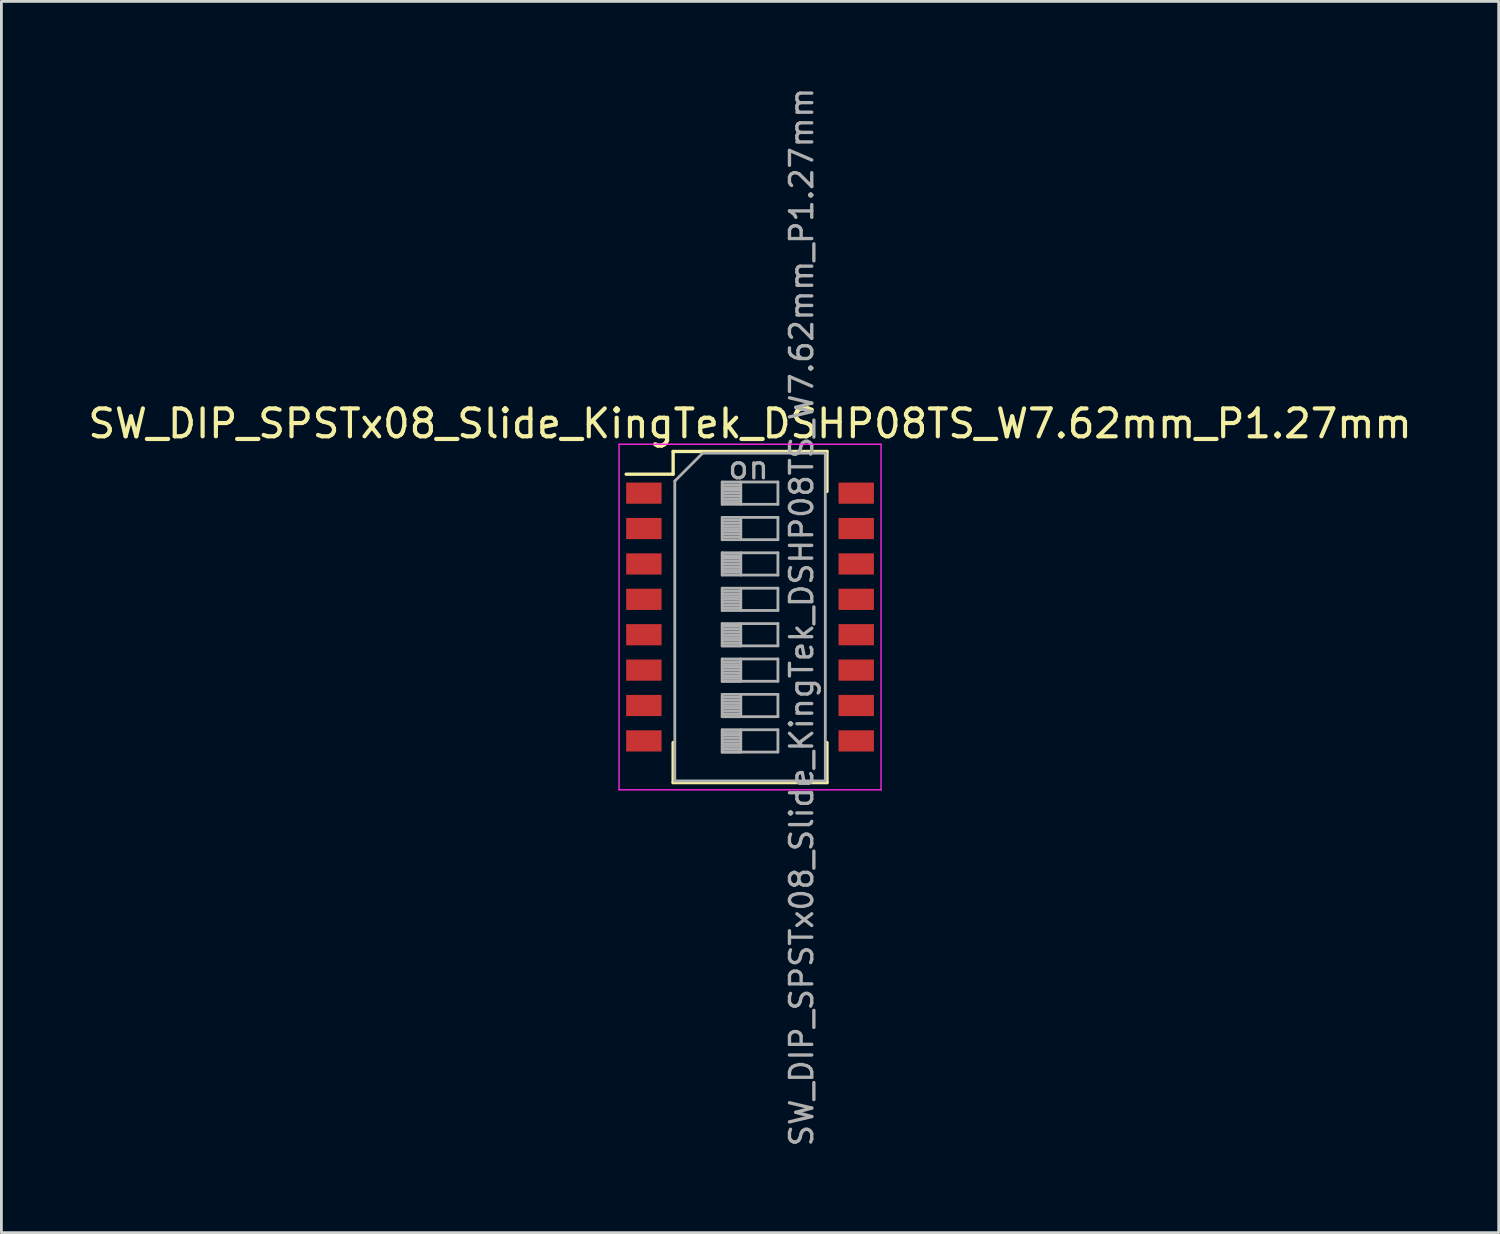
<source format=kicad_pcb>
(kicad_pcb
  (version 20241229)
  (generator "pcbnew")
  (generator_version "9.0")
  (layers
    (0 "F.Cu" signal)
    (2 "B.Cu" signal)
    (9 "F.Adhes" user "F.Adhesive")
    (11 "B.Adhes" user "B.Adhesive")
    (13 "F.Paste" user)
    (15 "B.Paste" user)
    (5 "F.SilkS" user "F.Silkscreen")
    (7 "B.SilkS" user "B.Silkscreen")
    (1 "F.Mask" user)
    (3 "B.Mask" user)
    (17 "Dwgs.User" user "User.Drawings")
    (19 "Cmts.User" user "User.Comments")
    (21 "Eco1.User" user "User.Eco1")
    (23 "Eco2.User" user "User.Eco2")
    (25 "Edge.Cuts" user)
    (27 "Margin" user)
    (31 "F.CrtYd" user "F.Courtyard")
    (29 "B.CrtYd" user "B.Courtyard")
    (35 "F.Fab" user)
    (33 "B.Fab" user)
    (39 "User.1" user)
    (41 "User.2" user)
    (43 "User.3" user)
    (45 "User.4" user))
  (footprint "SW_DIP_SPSTx08_Slide_KingTek_DSHP08TS_W7.62mm_P1.27mm"
    (layer "F.Cu")
    (at 23.863 19.09)
    (property "Reference" "SW_DIP_SPSTx08_Slide_KingTek_DSHP08TS_W7.62mm_P1.27mm" (at 0 -6.94 0) (layer "F.SilkS") (effects (font (size 1 1) (thickness 0.15))))
    (attr smd)
    (fp_line (start -4.446 -5.125) (end -2.76 -5.125) (stroke (width 0.12) (type solid)) (layer "F.SilkS"))
    (fp_line (start -2.76 -5.941) (end -2.76 -5.125) (stroke (width 0.12) (type solid)) (layer "F.SilkS"))
    (fp_line (start -2.76 -5.941) (end 2.76 -5.941) (stroke (width 0.12) (type solid)) (layer "F.SilkS"))
    (fp_line (start -2.76 4.505) (end -2.76 5.94) (stroke (width 0.12) (type solid)) (layer "F.SilkS"))
    (fp_line (start -2.76 5.94) (end 2.76 5.94) (stroke (width 0.12) (type solid)) (layer "F.SilkS"))
    (fp_line (start 2.76 -5.941) (end 2.76 -4.506) (stroke (width 0.12) (type solid)) (layer "F.SilkS"))
    (fp_line (start 2.76 4.505) (end 2.76 5.94) (stroke (width 0.12) (type solid)) (layer "F.SilkS"))
    (fp_line (start -4.7 -6.2) (end -4.7 6.2) (stroke (width 0.05) (type solid)) (layer "F.CrtYd"))
    (fp_line (start -4.7 6.2) (end 4.7 6.2) (stroke (width 0.05) (type solid)) (layer "F.CrtYd"))
    (fp_line (start 4.7 -6.2) (end -4.7 -6.2) (stroke (width 0.05) (type solid)) (layer "F.CrtYd"))
    (fp_line (start 4.7 6.2) (end 4.7 -6.2) (stroke (width 0.05) (type solid)) (layer "F.CrtYd"))
    (fp_line (start -2.7 -4.88) (end -1.7 -5.88) (stroke (width 0.1) (type solid)) (layer "F.Fab"))
    (fp_line (start -2.7 5.88) (end -2.7 -4.88) (stroke (width 0.1) (type solid)) (layer "F.Fab"))
    (fp_line (start -1.7 -5.88) (end 2.7 -5.88) (stroke (width 0.1) (type solid)) (layer "F.Fab"))
    (fp_line (start -1 -4.845) (end -1 -4.045) (stroke (width 0.1) (type solid)) (layer "F.Fab"))
    (fp_line (start -1 -4.745) (end -0.333 -4.745) (stroke (width 0.1) (type solid)) (layer "F.Fab"))
    (fp_line (start -1 -4.645) (end -0.333 -4.645) (stroke (width 0.1) (type solid)) (layer "F.Fab"))
    (fp_line (start -1 -4.545) (end -0.333 -4.545) (stroke (width 0.1) (type solid)) (layer "F.Fab"))
    (fp_line (start -1 -4.445) (end -0.333 -4.445) (stroke (width 0.1) (type solid)) (layer "F.Fab"))
    (fp_line (start -1 -4.345) (end -0.333 -4.345) (stroke (width 0.1) (type solid)) (layer "F.Fab"))
    (fp_line (start -1 -4.245) (end -0.333 -4.245) (stroke (width 0.1) (type solid)) (layer "F.Fab"))
    (fp_line (start -1 -4.145) (end -0.333 -4.145) (stroke (width 0.1) (type solid)) (layer "F.Fab"))
    (fp_line (start -1 -4.045) (end 1 -4.045) (stroke (width 0.1) (type solid)) (layer "F.Fab"))
    (fp_line (start -1 -3.575) (end -1 -2.775) (stroke (width 0.1) (type solid)) (layer "F.Fab"))
    (fp_line (start -1 -3.475) (end -0.333 -3.475) (stroke (width 0.1) (type solid)) (layer "F.Fab"))
    (fp_line (start -1 -3.375) (end -0.333 -3.375) (stroke (width 0.1) (type solid)) (layer "F.Fab"))
    (fp_line (start -1 -3.275) (end -0.333 -3.275) (stroke (width 0.1) (type solid)) (layer "F.Fab"))
    (fp_line (start -1 -3.175) (end -0.333 -3.175) (stroke (width 0.1) (type solid)) (layer "F.Fab"))
    (fp_line (start -1 -3.075) (end -0.333 -3.075) (stroke (width 0.1) (type solid)) (layer "F.Fab"))
    (fp_line (start -1 -2.975) (end -0.333 -2.975) (stroke (width 0.1) (type solid)) (layer "F.Fab"))
    (fp_line (start -1 -2.875) (end -0.333 -2.875) (stroke (width 0.1) (type solid)) (layer "F.Fab"))
    (fp_line (start -1 -2.775) (end 1 -2.775) (stroke (width 0.1) (type solid)) (layer "F.Fab"))
    (fp_line (start -1 -2.305) (end -1 -1.505) (stroke (width 0.1) (type solid)) (layer "F.Fab"))
    (fp_line (start -1 -2.205) (end -0.333 -2.205) (stroke (width 0.1) (type solid)) (layer "F.Fab"))
    (fp_line (start -1 -2.105) (end -0.333 -2.105) (stroke (width 0.1) (type solid)) (layer "F.Fab"))
    (fp_line (start -1 -2.005) (end -0.333 -2.005) (stroke (width 0.1) (type solid)) (layer "F.Fab"))
    (fp_line (start -1 -1.905) (end -0.333 -1.905) (stroke (width 0.1) (type solid)) (layer "F.Fab"))
    (fp_line (start -1 -1.805) (end -0.333 -1.805) (stroke (width 0.1) (type solid)) (layer "F.Fab"))
    (fp_line (start -1 -1.705) (end -0.333 -1.705) (stroke (width 0.1) (type solid)) (layer "F.Fab"))
    (fp_line (start -1 -1.605) (end -0.333 -1.605) (stroke (width 0.1) (type solid)) (layer "F.Fab"))
    (fp_line (start -1 -1.505) (end 1 -1.505) (stroke (width 0.1) (type solid)) (layer "F.Fab"))
    (fp_line (start -1 -1.035) (end -1 -0.235) (stroke (width 0.1) (type solid)) (layer "F.Fab"))
    (fp_line (start -1 -0.935) (end -0.333 -0.935) (stroke (width 0.1) (type solid)) (layer "F.Fab"))
    (fp_line (start -1 -0.835) (end -0.333 -0.835) (stroke (width 0.1) (type solid)) (layer "F.Fab"))
    (fp_line (start -1 -0.735) (end -0.333 -0.735) (stroke (width 0.1) (type solid)) (layer "F.Fab"))
    (fp_line (start -1 -0.635) (end -0.333 -0.635) (stroke (width 0.1) (type solid)) (layer "F.Fab"))
    (fp_line (start -1 -0.535) (end -0.333 -0.535) (stroke (width 0.1) (type solid)) (layer "F.Fab"))
    (fp_line (start -1 -0.435) (end -0.333 -0.435) (stroke (width 0.1) (type solid)) (layer "F.Fab"))
    (fp_line (start -1 -0.335) (end -0.333 -0.335) (stroke (width 0.1) (type solid)) (layer "F.Fab"))
    (fp_line (start -1 -0.235) (end 1 -0.235) (stroke (width 0.1) (type solid)) (layer "F.Fab"))
    (fp_line (start -1 0.235) (end -1 1.035) (stroke (width 0.1) (type solid)) (layer "F.Fab"))
    (fp_line (start -1 0.335) (end -0.333 0.335) (stroke (width 0.1) (type solid)) (layer "F.Fab"))
    (fp_line (start -1 0.435) (end -0.333 0.435) (stroke (width 0.1) (type solid)) (layer "F.Fab"))
    (fp_line (start -1 0.535) (end -0.333 0.535) (stroke (width 0.1) (type solid)) (layer "F.Fab"))
    (fp_line (start -1 0.635) (end -0.333 0.635) (stroke (width 0.1) (type solid)) (layer "F.Fab"))
    (fp_line (start -1 0.735) (end -0.333 0.735) (stroke (width 0.1) (type solid)) (layer "F.Fab"))
    (fp_line (start -1 0.835) (end -0.333 0.835) (stroke (width 0.1) (type solid)) (layer "F.Fab"))
    (fp_line (start -1 0.935) (end -0.333 0.935) (stroke (width 0.1) (type solid)) (layer "F.Fab"))
    (fp_line (start -1 1.035) (end -0.333 1.035) (stroke (width 0.1) (type solid)) (layer "F.Fab"))
    (fp_line (start -1 1.035) (end 1 1.035) (stroke (width 0.1) (type solid)) (layer "F.Fab"))
    (fp_line (start -1 1.505) (end -1 2.305) (stroke (width 0.1) (type solid)) (layer "F.Fab"))
    (fp_line (start -1 1.605) (end -0.333 1.605) (stroke (width 0.1) (type solid)) (layer "F.Fab"))
    (fp_line (start -1 1.705) (end -0.333 1.705) (stroke (width 0.1) (type solid)) (layer "F.Fab"))
    (fp_line (start -1 1.805) (end -0.333 1.805) (stroke (width 0.1) (type solid)) (layer "F.Fab"))
    (fp_line (start -1 1.905) (end -0.333 1.905) (stroke (width 0.1) (type solid)) (layer "F.Fab"))
    (fp_line (start -1 2.005) (end -0.333 2.005) (stroke (width 0.1) (type solid)) (layer "F.Fab"))
    (fp_line (start -1 2.105) (end -0.333 2.105) (stroke (width 0.1) (type solid)) (layer "F.Fab"))
    (fp_line (start -1 2.205) (end -0.333 2.205) (stroke (width 0.1) (type solid)) (layer "F.Fab"))
    (fp_line (start -1 2.305) (end -0.333 2.305) (stroke (width 0.1) (type solid)) (layer "F.Fab"))
    (fp_line (start -1 2.305) (end 1 2.305) (stroke (width 0.1) (type solid)) (layer "F.Fab"))
    (fp_line (start -1 2.775) (end -1 3.575) (stroke (width 0.1) (type solid)) (layer "F.Fab"))
    (fp_line (start -1 2.875) (end -0.333 2.875) (stroke (width 0.1) (type solid)) (layer "F.Fab"))
    (fp_line (start -1 2.975) (end -0.333 2.975) (stroke (width 0.1) (type solid)) (layer "F.Fab"))
    (fp_line (start -1 3.075) (end -0.333 3.075) (stroke (width 0.1) (type solid)) (layer "F.Fab"))
    (fp_line (start -1 3.175) (end -0.333 3.175) (stroke (width 0.1) (type solid)) (layer "F.Fab"))
    (fp_line (start -1 3.275) (end -0.333 3.275) (stroke (width 0.1) (type solid)) (layer "F.Fab"))
    (fp_line (start -1 3.375) (end -0.333 3.375) (stroke (width 0.1) (type solid)) (layer "F.Fab"))
    (fp_line (start -1 3.475) (end -0.333 3.475) (stroke (width 0.1) (type solid)) (layer "F.Fab"))
    (fp_line (start -1 3.575) (end -0.333 3.575) (stroke (width 0.1) (type solid)) (layer "F.Fab"))
    (fp_line (start -1 3.575) (end 1 3.575) (stroke (width 0.1) (type solid)) (layer "F.Fab"))
    (fp_line (start -1 4.045) (end -1 4.845) (stroke (width 0.1) (type solid)) (layer "F.Fab"))
    (fp_line (start -1 4.145) (end -0.333 4.145) (stroke (width 0.1) (type solid)) (layer "F.Fab"))
    (fp_line (start -1 4.245) (end -0.333 4.245) (stroke (width 0.1) (type solid)) (layer "F.Fab"))
    (fp_line (start -1 4.345) (end -0.333 4.345) (stroke (width 0.1) (type solid)) (layer "F.Fab"))
    (fp_line (start -1 4.445) (end -0.333 4.445) (stroke (width 0.1) (type solid)) (layer "F.Fab"))
    (fp_line (start -1 4.545) (end -0.333 4.545) (stroke (width 0.1) (type solid)) (layer "F.Fab"))
    (fp_line (start -1 4.645) (end -0.333 4.645) (stroke (width 0.1) (type solid)) (layer "F.Fab"))
    (fp_line (start -1 4.745) (end -0.333 4.745) (stroke (width 0.1) (type solid)) (layer "F.Fab"))
    (fp_line (start -1 4.845) (end -0.333 4.845) (stroke (width 0.1) (type solid)) (layer "F.Fab"))
    (fp_line (start -1 4.845) (end 1 4.845) (stroke (width 0.1) (type solid)) (layer "F.Fab"))
    (fp_line (start -0.333 -4.845) (end -0.333 -4.045) (stroke (width 0.1) (type solid)) (layer "F.Fab"))
    (fp_line (start -0.333 -3.575) (end -0.333 -2.775) (stroke (width 0.1) (type solid)) (layer "F.Fab"))
    (fp_line (start -0.333 -2.305) (end -0.333 -1.505) (stroke (width 0.1) (type solid)) (layer "F.Fab"))
    (fp_line (start -0.333 -1.035) (end -0.333 -0.235) (stroke (width 0.1) (type solid)) (layer "F.Fab"))
    (fp_line (start -0.333 0.235) (end -0.333 1.035) (stroke (width 0.1) (type solid)) (layer "F.Fab"))
    (fp_line (start -0.333 1.505) (end -0.333 2.305) (stroke (width 0.1) (type solid)) (layer "F.Fab"))
    (fp_line (start -0.333 2.775) (end -0.333 3.575) (stroke (width 0.1) (type solid)) (layer "F.Fab"))
    (fp_line (start -0.333 4.045) (end -0.333 4.845) (stroke (width 0.1) (type solid)) (layer "F.Fab"))
    (fp_line (start 1 -4.845) (end -1 -4.845) (stroke (width 0.1) (type solid)) (layer "F.Fab"))
    (fp_line (start 1 -4.045) (end 1 -4.845) (stroke (width 0.1) (type solid)) (layer "F.Fab"))
    (fp_line (start 1 -3.575) (end -1 -3.575) (stroke (width 0.1) (type solid)) (layer "F.Fab"))
    (fp_line (start 1 -2.775) (end 1 -3.575) (stroke (width 0.1) (type solid)) (layer "F.Fab"))
    (fp_line (start 1 -2.305) (end -1 -2.305) (stroke (width 0.1) (type solid)) (layer "F.Fab"))
    (fp_line (start 1 -1.505) (end 1 -2.305) (stroke (width 0.1) (type solid)) (layer "F.Fab"))
    (fp_line (start 1 -1.035) (end -1 -1.035) (stroke (width 0.1) (type solid)) (layer "F.Fab"))
    (fp_line (start 1 -0.235) (end 1 -1.035) (stroke (width 0.1) (type solid)) (layer "F.Fab"))
    (fp_line (start 1 0.235) (end -1 0.235) (stroke (width 0.1) (type solid)) (layer "F.Fab"))
    (fp_line (start 1 1.035) (end 1 0.235) (stroke (width 0.1) (type solid)) (layer "F.Fab"))
    (fp_line (start 1 1.505) (end -1 1.505) (stroke (width 0.1) (type solid)) (layer "F.Fab"))
    (fp_line (start 1 2.305) (end 1 1.505) (stroke (width 0.1) (type solid)) (layer "F.Fab"))
    (fp_line (start 1 2.775) (end -1 2.775) (stroke (width 0.1) (type solid)) (layer "F.Fab"))
    (fp_line (start 1 3.575) (end 1 2.775) (stroke (width 0.1) (type solid)) (layer "F.Fab"))
    (fp_line (start 1 4.045) (end -1 4.045) (stroke (width 0.1) (type solid)) (layer "F.Fab"))
    (fp_line (start 1 4.845) (end 1 4.045) (stroke (width 0.1) (type solid)) (layer "F.Fab"))
    (fp_line (start 2.7 -5.88) (end 2.7 5.88) (stroke (width 0.1) (type solid)) (layer "F.Fab"))
    (fp_line (start 2.7 5.88) (end -2.7 5.88) (stroke (width 0.1) (type solid)) (layer "F.Fab"))
    (fp_text user "on" (at -0.055 -5.362 0) (layer "F.Fab") (effects (font (size 0.8 0.8) (thickness 0.12))))
    (fp_text user "${REFERENCE}" (at 1.85 0 90) (layer "F.Fab") (effects (font (size 0.8 0.8) (thickness 0.12))))
    (pad "1" smd rect (at -3.81 -4.445) (size 1.27 0.76) (layers "F.Cu" "F.Mask" "F.Paste"))
    (pad "2" smd rect (at -3.81 -3.175) (size 1.27 0.76) (layers "F.Cu" "F.Mask" "F.Paste"))
    (pad "3" smd rect (at -3.81 -1.905) (size 1.27 0.76) (layers "F.Cu" "F.Mask" "F.Paste"))
    (pad "4" smd rect (at -3.81 -0.635) (size 1.27 0.76) (layers "F.Cu" "F.Mask" "F.Paste"))
    (pad "5" smd rect (at -3.81 0.635) (size 1.27 0.76) (layers "F.Cu" "F.Mask" "F.Paste"))
    (pad "6" smd rect (at -3.81 1.905) (size 1.27 0.76) (layers "F.Cu" "F.Mask" "F.Paste"))
    (pad "7" smd rect (at -3.81 3.175) (size 1.27 0.76) (layers "F.Cu" "F.Mask" "F.Paste"))
    (pad "8" smd rect (at -3.81 4.445) (size 1.27 0.76) (layers "F.Cu" "F.Mask" "F.Paste"))
    (pad "9" smd rect (at 3.81 4.445) (size 1.27 0.76) (layers "F.Cu" "F.Mask" "F.Paste"))
    (pad "10" smd rect (at 3.81 3.175) (size 1.27 0.76) (layers "F.Cu" "F.Mask" "F.Paste"))
    (pad "11" smd rect (at 3.81 1.905) (size 1.27 0.76) (layers "F.Cu" "F.Mask" "F.Paste"))
    (pad "12" smd rect (at 3.81 0.635) (size 1.27 0.76) (layers "F.Cu" "F.Mask" "F.Paste"))
    (pad "13" smd rect (at 3.81 -0.635) (size 1.27 0.76) (layers "F.Cu" "F.Mask" "F.Paste"))
    (pad "14" smd rect (at 3.81 -1.905) (size 1.27 0.76) (layers "F.Cu" "F.Mask" "F.Paste"))
    (pad "15" smd rect (at 3.81 -3.175) (size 1.27 0.76) (layers "F.Cu" "F.Mask" "F.Paste"))
    (pad "16" smd rect (at 3.81 -4.445) (size 1.27 0.76) (layers "F.Cu" "F.Mask" "F.Paste")))
  (gr_rect
    (start -3 -3)
    (end 50.726 41.181)
    (stroke (width 0.1) (type default))
    (fill no)
    (layer "Edge.Cuts")))
</source>
